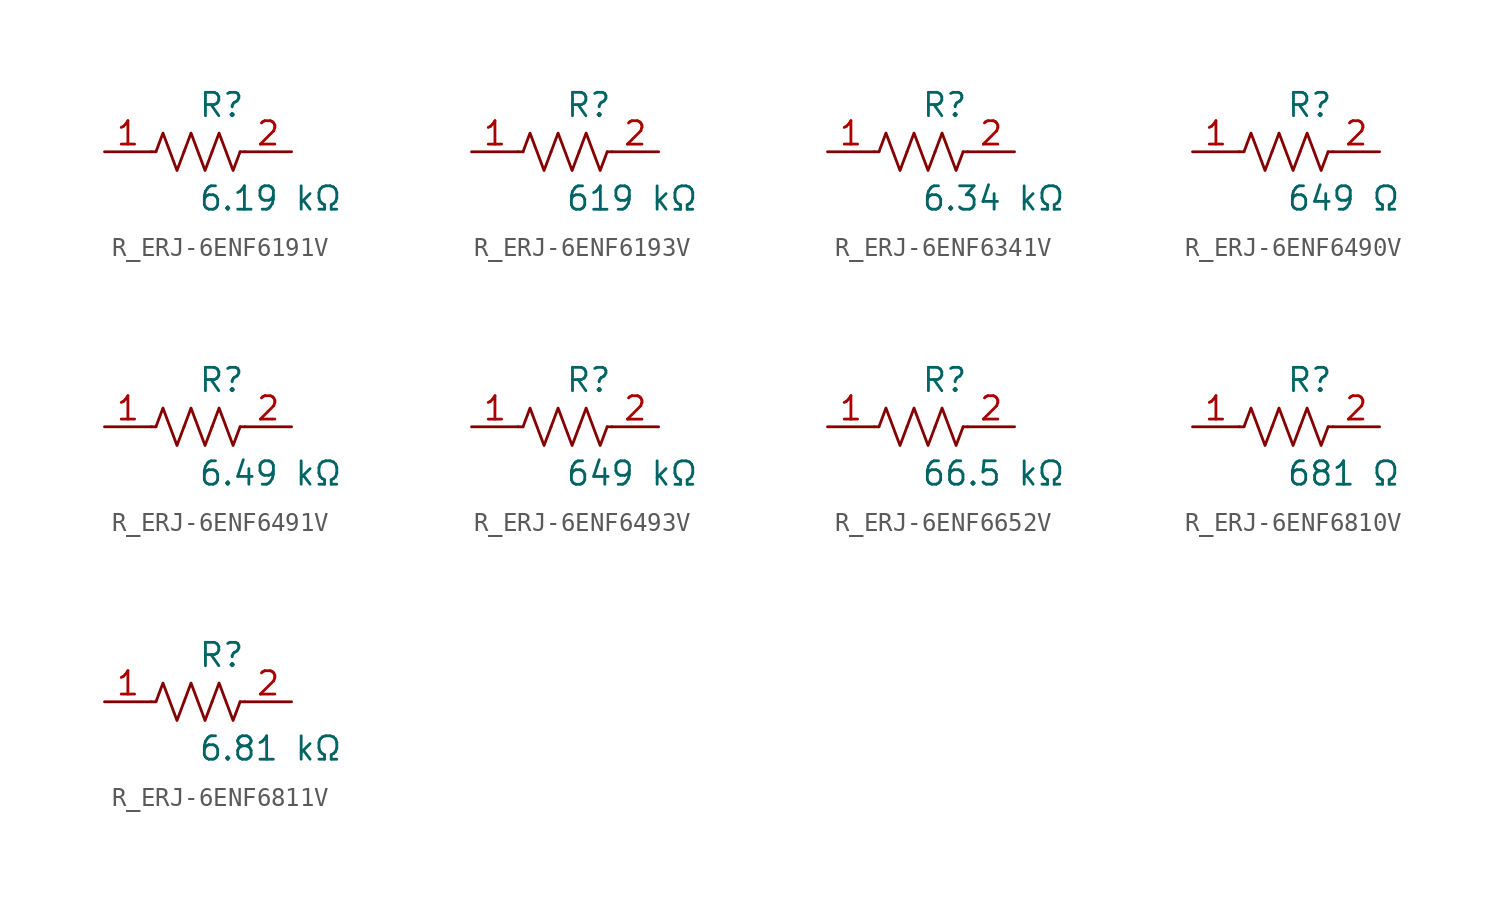
<source format=kicad_sym>
(kicad_symbol_lib
  (version 20231120)
  (generator kicad_symbol_editor)
  (generator_version 8.0)
  (symbol "R_ERJ-6ENF6191V"
    (pin_names
      (offset 0.254))
    (property "Reference" "R"
      (at 0.0 2.54 0)
      (effects (font (size 1.27 1.27)) (justify left)))
    (property "Value" "6.19 kΩ"
      (at 0.0 -2.54 0)
      (effects (font (size 1.27 1.27)) (justify left)))
    (symbol "R_ERJ-6ENF6191V_0_1"
      (polyline (pts (xy 2.286 0) (xy 2.54 0)) (stroke (width 0) (type default)) (fill (type none)))
      (polyline (pts (xy -2.286 0) (xy -2.54 0)) (stroke (width 0) (type default)) (fill (type none)))
      (polyline (pts (xy 0.762 0) (xy 1.143 1.016) (xy 1.524 0) (xy 1.905 -1.016) (xy 2.286 0)) (stroke (width 0) (type default)) (fill (type none)))
      (polyline (pts (xy -0.762 0) (xy -0.381 1.016) (xy 0 0) (xy 0.381 -1.016) (xy 0.762 0)) (stroke (width 0) (type default)) (fill (type none)))
      (polyline (pts (xy -2.286 0) (xy -1.905 1.016) (xy -1.524 0) (xy -1.143 -1.016) (xy -0.762 0)) (stroke (width 0) (type default)) (fill (type none))))
    (pin unspecified line
      (at -5.08 0 0)
      (length 2.54)
      (name "" (effects (font (size 1.27 1.27))))
      (number "1" (effects (font (size 1.27 1.27)))))
    (pin unspecified line
      (at 5.08 0 180)
      (length 2.54)
      (name "" (effects (font (size 1.27 1.27))))
      (number "2" (effects (font (size 1.27 1.27))))))
  (symbol "R_ERJ-6ENF6193V"
    (pin_names
      (offset 0.254))
    (property "Reference" "R"
      (at 0.0 2.54 0)
      (effects (font (size 1.27 1.27)) (justify left)))
    (property "Value" "619 kΩ"
      (at 0.0 -2.54 0)
      (effects (font (size 1.27 1.27)) (justify left)))
    (symbol "R_ERJ-6ENF6193V_0_1"
      (polyline (pts (xy 2.286 0) (xy 2.54 0)) (stroke (width 0) (type default)) (fill (type none)))
      (polyline (pts (xy -2.286 0) (xy -2.54 0)) (stroke (width 0) (type default)) (fill (type none)))
      (polyline (pts (xy 0.762 0) (xy 1.143 1.016) (xy 1.524 0) (xy 1.905 -1.016) (xy 2.286 0)) (stroke (width 0) (type default)) (fill (type none)))
      (polyline (pts (xy -0.762 0) (xy -0.381 1.016) (xy 0 0) (xy 0.381 -1.016) (xy 0.762 0)) (stroke (width 0) (type default)) (fill (type none)))
      (polyline (pts (xy -2.286 0) (xy -1.905 1.016) (xy -1.524 0) (xy -1.143 -1.016) (xy -0.762 0)) (stroke (width 0) (type default)) (fill (type none))))
    (pin unspecified line
      (at -5.08 0 0)
      (length 2.54)
      (name "" (effects (font (size 1.27 1.27))))
      (number "1" (effects (font (size 1.27 1.27)))))
    (pin unspecified line
      (at 5.08 0 180)
      (length 2.54)
      (name "" (effects (font (size 1.27 1.27))))
      (number "2" (effects (font (size 1.27 1.27))))))
  (symbol "R_ERJ-6ENF6341V"
    (pin_names
      (offset 0.254))
    (property "Reference" "R"
      (at 0.0 2.54 0)
      (effects (font (size 1.27 1.27)) (justify left)))
    (property "Value" "6.34 kΩ"
      (at 0.0 -2.54 0)
      (effects (font (size 1.27 1.27)) (justify left)))
    (symbol "R_ERJ-6ENF6341V_0_1"
      (polyline (pts (xy 2.286 0) (xy 2.54 0)) (stroke (width 0) (type default)) (fill (type none)))
      (polyline (pts (xy -2.286 0) (xy -2.54 0)) (stroke (width 0) (type default)) (fill (type none)))
      (polyline (pts (xy 0.762 0) (xy 1.143 1.016) (xy 1.524 0) (xy 1.905 -1.016) (xy 2.286 0)) (stroke (width 0) (type default)) (fill (type none)))
      (polyline (pts (xy -0.762 0) (xy -0.381 1.016) (xy 0 0) (xy 0.381 -1.016) (xy 0.762 0)) (stroke (width 0) (type default)) (fill (type none)))
      (polyline (pts (xy -2.286 0) (xy -1.905 1.016) (xy -1.524 0) (xy -1.143 -1.016) (xy -0.762 0)) (stroke (width 0) (type default)) (fill (type none))))
    (pin unspecified line
      (at -5.08 0 0)
      (length 2.54)
      (name "" (effects (font (size 1.27 1.27))))
      (number "1" (effects (font (size 1.27 1.27)))))
    (pin unspecified line
      (at 5.08 0 180)
      (length 2.54)
      (name "" (effects (font (size 1.27 1.27))))
      (number "2" (effects (font (size 1.27 1.27))))))
  (symbol "R_ERJ-6ENF6490V"
    (pin_names
      (offset 0.254))
    (property "Reference" "R"
      (at 0.0 2.54 0)
      (effects (font (size 1.27 1.27)) (justify left)))
    (property "Value" "649 Ω"
      (at 0.0 -2.54 0)
      (effects (font (size 1.27 1.27)) (justify left)))
    (symbol "R_ERJ-6ENF6490V_0_1"
      (polyline (pts (xy 2.286 0) (xy 2.54 0)) (stroke (width 0) (type default)) (fill (type none)))
      (polyline (pts (xy -2.286 0) (xy -2.54 0)) (stroke (width 0) (type default)) (fill (type none)))
      (polyline (pts (xy 0.762 0) (xy 1.143 1.016) (xy 1.524 0) (xy 1.905 -1.016) (xy 2.286 0)) (stroke (width 0) (type default)) (fill (type none)))
      (polyline (pts (xy -0.762 0) (xy -0.381 1.016) (xy 0 0) (xy 0.381 -1.016) (xy 0.762 0)) (stroke (width 0) (type default)) (fill (type none)))
      (polyline (pts (xy -2.286 0) (xy -1.905 1.016) (xy -1.524 0) (xy -1.143 -1.016) (xy -0.762 0)) (stroke (width 0) (type default)) (fill (type none))))
    (pin unspecified line
      (at -5.08 0 0)
      (length 2.54)
      (name "" (effects (font (size 1.27 1.27))))
      (number "1" (effects (font (size 1.27 1.27)))))
    (pin unspecified line
      (at 5.08 0 180)
      (length 2.54)
      (name "" (effects (font (size 1.27 1.27))))
      (number "2" (effects (font (size 1.27 1.27))))))
  (symbol "R_ERJ-6ENF6491V"
    (pin_names
      (offset 0.254))
    (property "Reference" "R"
      (at 0.0 2.54 0)
      (effects (font (size 1.27 1.27)) (justify left)))
    (property "Value" "6.49 kΩ"
      (at 0.0 -2.54 0)
      (effects (font (size 1.27 1.27)) (justify left)))
    (symbol "R_ERJ-6ENF6491V_0_1"
      (polyline (pts (xy 2.286 0) (xy 2.54 0)) (stroke (width 0) (type default)) (fill (type none)))
      (polyline (pts (xy -2.286 0) (xy -2.54 0)) (stroke (width 0) (type default)) (fill (type none)))
      (polyline (pts (xy 0.762 0) (xy 1.143 1.016) (xy 1.524 0) (xy 1.905 -1.016) (xy 2.286 0)) (stroke (width 0) (type default)) (fill (type none)))
      (polyline (pts (xy -0.762 0) (xy -0.381 1.016) (xy 0 0) (xy 0.381 -1.016) (xy 0.762 0)) (stroke (width 0) (type default)) (fill (type none)))
      (polyline (pts (xy -2.286 0) (xy -1.905 1.016) (xy -1.524 0) (xy -1.143 -1.016) (xy -0.762 0)) (stroke (width 0) (type default)) (fill (type none))))
    (pin unspecified line
      (at -5.08 0 0)
      (length 2.54)
      (name "" (effects (font (size 1.27 1.27))))
      (number "1" (effects (font (size 1.27 1.27)))))
    (pin unspecified line
      (at 5.08 0 180)
      (length 2.54)
      (name "" (effects (font (size 1.27 1.27))))
      (number "2" (effects (font (size 1.27 1.27))))))
  (symbol "R_ERJ-6ENF6493V"
    (pin_names
      (offset 0.254))
    (property "Reference" "R"
      (at 0.0 2.54 0)
      (effects (font (size 1.27 1.27)) (justify left)))
    (property "Value" "649 kΩ"
      (at 0.0 -2.54 0)
      (effects (font (size 1.27 1.27)) (justify left)))
    (symbol "R_ERJ-6ENF6493V_0_1"
      (polyline (pts (xy 2.286 0) (xy 2.54 0)) (stroke (width 0) (type default)) (fill (type none)))
      (polyline (pts (xy -2.286 0) (xy -2.54 0)) (stroke (width 0) (type default)) (fill (type none)))
      (polyline (pts (xy 0.762 0) (xy 1.143 1.016) (xy 1.524 0) (xy 1.905 -1.016) (xy 2.286 0)) (stroke (width 0) (type default)) (fill (type none)))
      (polyline (pts (xy -0.762 0) (xy -0.381 1.016) (xy 0 0) (xy 0.381 -1.016) (xy 0.762 0)) (stroke (width 0) (type default)) (fill (type none)))
      (polyline (pts (xy -2.286 0) (xy -1.905 1.016) (xy -1.524 0) (xy -1.143 -1.016) (xy -0.762 0)) (stroke (width 0) (type default)) (fill (type none))))
    (pin unspecified line
      (at -5.08 0 0)
      (length 2.54)
      (name "" (effects (font (size 1.27 1.27))))
      (number "1" (effects (font (size 1.27 1.27)))))
    (pin unspecified line
      (at 5.08 0 180)
      (length 2.54)
      (name "" (effects (font (size 1.27 1.27))))
      (number "2" (effects (font (size 1.27 1.27))))))
  (symbol "R_ERJ-6ENF6652V"
    (pin_names
      (offset 0.254))
    (property "Reference" "R"
      (at 0.0 2.54 0)
      (effects (font (size 1.27 1.27)) (justify left)))
    (property "Value" "66.5 kΩ"
      (at 0.0 -2.54 0)
      (effects (font (size 1.27 1.27)) (justify left)))
    (symbol "R_ERJ-6ENF6652V_0_1"
      (polyline (pts (xy 2.286 0) (xy 2.54 0)) (stroke (width 0) (type default)) (fill (type none)))
      (polyline (pts (xy -2.286 0) (xy -2.54 0)) (stroke (width 0) (type default)) (fill (type none)))
      (polyline (pts (xy 0.762 0) (xy 1.143 1.016) (xy 1.524 0) (xy 1.905 -1.016) (xy 2.286 0)) (stroke (width 0) (type default)) (fill (type none)))
      (polyline (pts (xy -0.762 0) (xy -0.381 1.016) (xy 0 0) (xy 0.381 -1.016) (xy 0.762 0)) (stroke (width 0) (type default)) (fill (type none)))
      (polyline (pts (xy -2.286 0) (xy -1.905 1.016) (xy -1.524 0) (xy -1.143 -1.016) (xy -0.762 0)) (stroke (width 0) (type default)) (fill (type none))))
    (pin unspecified line
      (at -5.08 0 0)
      (length 2.54)
      (name "" (effects (font (size 1.27 1.27))))
      (number "1" (effects (font (size 1.27 1.27)))))
    (pin unspecified line
      (at 5.08 0 180)
      (length 2.54)
      (name "" (effects (font (size 1.27 1.27))))
      (number "2" (effects (font (size 1.27 1.27))))))
  (symbol "R_ERJ-6ENF6810V"
    (pin_names
      (offset 0.254))
    (property "Reference" "R"
      (at 0.0 2.54 0)
      (effects (font (size 1.27 1.27)) (justify left)))
    (property "Value" "681 Ω"
      (at 0.0 -2.54 0)
      (effects (font (size 1.27 1.27)) (justify left)))
    (symbol "R_ERJ-6ENF6810V_0_1"
      (polyline (pts (xy 2.286 0) (xy 2.54 0)) (stroke (width 0) (type default)) (fill (type none)))
      (polyline (pts (xy -2.286 0) (xy -2.54 0)) (stroke (width 0) (type default)) (fill (type none)))
      (polyline (pts (xy 0.762 0) (xy 1.143 1.016) (xy 1.524 0) (xy 1.905 -1.016) (xy 2.286 0)) (stroke (width 0) (type default)) (fill (type none)))
      (polyline (pts (xy -0.762 0) (xy -0.381 1.016) (xy 0 0) (xy 0.381 -1.016) (xy 0.762 0)) (stroke (width 0) (type default)) (fill (type none)))
      (polyline (pts (xy -2.286 0) (xy -1.905 1.016) (xy -1.524 0) (xy -1.143 -1.016) (xy -0.762 0)) (stroke (width 0) (type default)) (fill (type none))))
    (pin unspecified line
      (at -5.08 0 0)
      (length 2.54)
      (name "" (effects (font (size 1.27 1.27))))
      (number "1" (effects (font (size 1.27 1.27)))))
    (pin unspecified line
      (at 5.08 0 180)
      (length 2.54)
      (name "" (effects (font (size 1.27 1.27))))
      (number "2" (effects (font (size 1.27 1.27))))))
  (symbol "R_ERJ-6ENF6811V"
    (pin_names
      (offset 0.254))
    (property "Reference" "R"
      (at 0.0 2.54 0)
      (effects (font (size 1.27 1.27)) (justify left)))
    (property "Value" "6.81 kΩ"
      (at 0.0 -2.54 0)
      (effects (font (size 1.27 1.27)) (justify left)))
    (symbol "R_ERJ-6ENF6811V_0_1"
      (polyline (pts (xy 2.286 0) (xy 2.54 0)) (stroke (width 0) (type default)) (fill (type none)))
      (polyline (pts (xy -2.286 0) (xy -2.54 0)) (stroke (width 0) (type default)) (fill (type none)))
      (polyline (pts (xy 0.762 0) (xy 1.143 1.016) (xy 1.524 0) (xy 1.905 -1.016) (xy 2.286 0)) (stroke (width 0) (type default)) (fill (type none)))
      (polyline (pts (xy -0.762 0) (xy -0.381 1.016) (xy 0 0) (xy 0.381 -1.016) (xy 0.762 0)) (stroke (width 0) (type default)) (fill (type none)))
      (polyline (pts (xy -2.286 0) (xy -1.905 1.016) (xy -1.524 0) (xy -1.143 -1.016) (xy -0.762 0)) (stroke (width 0) (type default)) (fill (type none))))
    (pin unspecified line
      (at -5.08 0 0)
      (length 2.54)
      (name "" (effects (font (size 1.27 1.27))))
      (number "1" (effects (font (size 1.27 1.27)))))
    (pin unspecified line
      (at 5.08 0 180)
      (length 2.54)
      (name "" (effects (font (size 1.27 1.27))))
      (number "2" (effects (font (size 1.27 1.27)))))))
</source>
